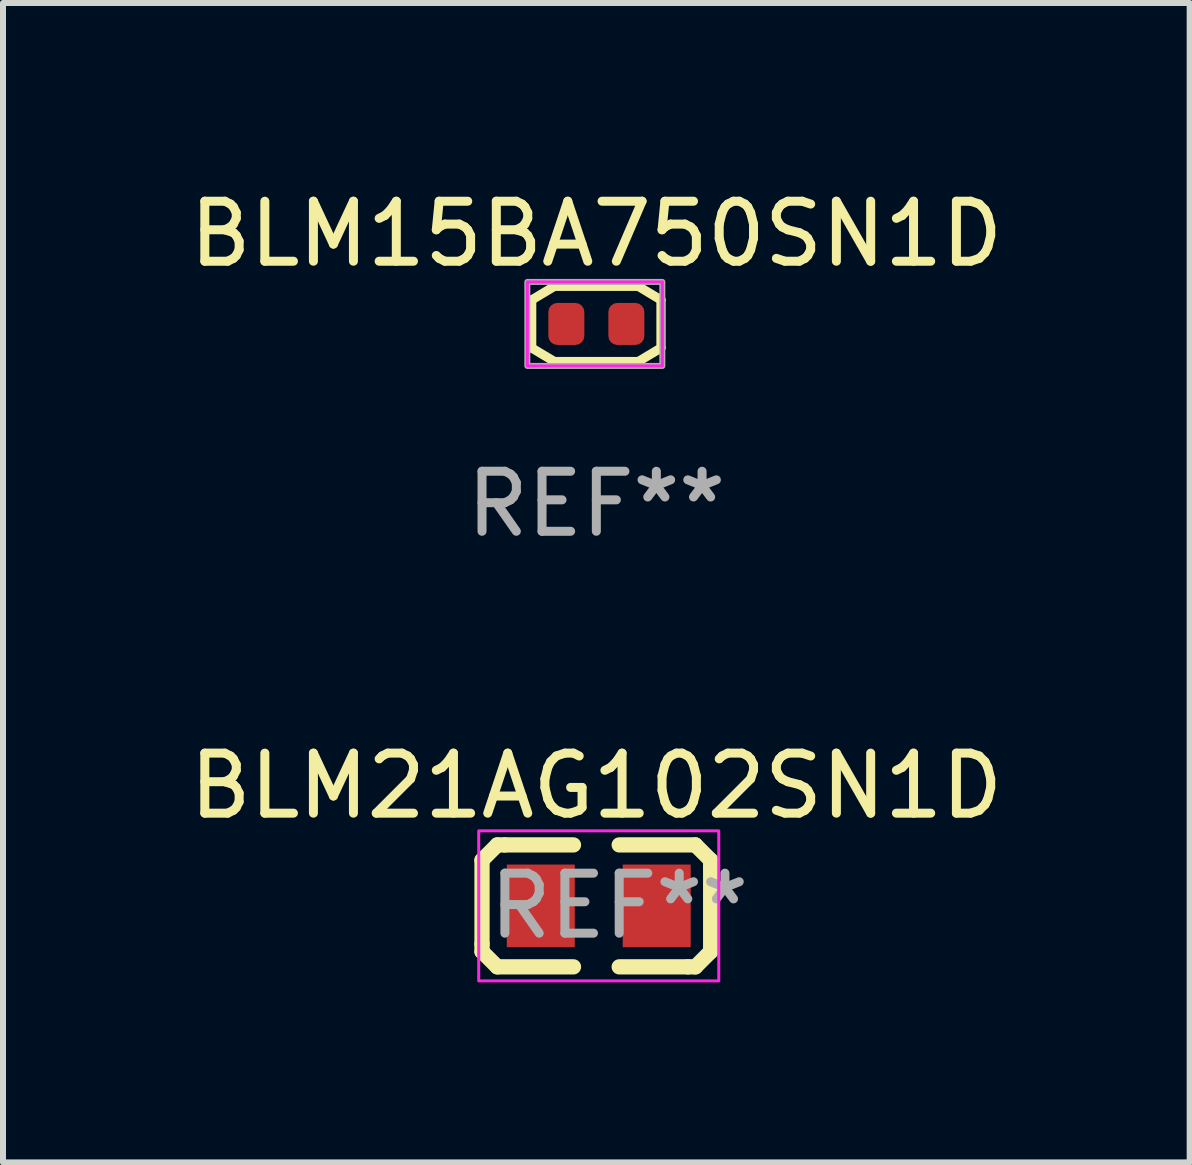
<source format=kicad_pcb>
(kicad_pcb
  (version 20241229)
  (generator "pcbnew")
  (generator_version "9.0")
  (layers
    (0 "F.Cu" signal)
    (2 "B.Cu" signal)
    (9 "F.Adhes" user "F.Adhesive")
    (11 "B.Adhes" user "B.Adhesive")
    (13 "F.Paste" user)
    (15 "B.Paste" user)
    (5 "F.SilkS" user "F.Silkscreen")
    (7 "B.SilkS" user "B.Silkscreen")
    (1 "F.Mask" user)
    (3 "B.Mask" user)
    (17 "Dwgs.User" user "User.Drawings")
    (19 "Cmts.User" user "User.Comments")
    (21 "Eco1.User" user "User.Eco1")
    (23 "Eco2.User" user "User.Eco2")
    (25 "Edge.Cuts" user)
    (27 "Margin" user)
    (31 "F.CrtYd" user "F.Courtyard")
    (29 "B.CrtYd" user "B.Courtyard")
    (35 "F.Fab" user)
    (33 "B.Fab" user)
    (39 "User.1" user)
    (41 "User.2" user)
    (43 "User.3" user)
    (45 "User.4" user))
  (footprint "BLM21AG102SN1D"
    (layer "F.Cu")
    (at 6.927 12.045)
    (property "Reference" "BLM21AG102SN1D" (at -0.04 -2 0) (layer "F.SilkS") (effects (font (size 1 1) (thickness 0.15))))
    (attr smd)
    (fp_line (start -1.945 -0.762) (end -1.945 0.635) (stroke (width 0.254) (type solid)) (layer "F.SilkS"))
    (fp_line (start -1.945 0.635) (end -1.945 0.762) (stroke (width 0.254) (type solid)) (layer "F.SilkS"))
    (fp_line (start -1.945 0.762) (end -1.691 1.016) (stroke (width 0.254) (type solid)) (layer "F.SilkS"))
    (fp_line (start -1.691 -1.016) (end -1.945 -0.762) (stroke (width 0.254) (type solid)) (layer "F.SilkS"))
    (fp_line (start -1.691 1.016) (end -0.421 1.016) (stroke (width 0.254) (type solid)) (layer "F.SilkS"))
    (fp_line (start -1.564 -1.016) (end -1.691 -1.016) (stroke (width 0.254) (type solid)) (layer "F.SilkS"))
    (fp_line (start -0.421 -1.016) (end -1.564 -1.016) (stroke (width 0.254) (type solid)) (layer "F.SilkS"))
    (fp_line (start 0.341 1.016) (end 1.484 1.016) (stroke (width 0.254) (type solid)) (layer "F.SilkS"))
    (fp_line (start 1.484 1.016) (end 1.611 1.016) (stroke (width 0.254) (type solid)) (layer "F.SilkS"))
    (fp_line (start 1.611 -1.016) (end 0.341 -1.016) (stroke (width 0.254) (type solid)) (layer "F.SilkS"))
    (fp_line (start 1.611 1.016) (end 1.865 0.762) (stroke (width 0.254) (type solid)) (layer "F.SilkS"))
    (fp_line (start 1.865 -0.762) (end 1.611 -1.016) (stroke (width 0.254) (type solid)) (layer "F.SilkS"))
    (fp_line (start 1.865 -0.635) (end 1.865 -0.762) (stroke (width 0.254) (type solid)) (layer "F.SilkS"))
    (fp_line (start 1.865 0.762) (end 1.865 -0.635) (stroke (width 0.254) (type solid)) (layer "F.SilkS"))
    (fp_rect (start -2 -1.25) (end 2 1.25) (stroke (width 0.05) (type default)) (fill no) (layer "F.CrtYd"))
    (fp_text user "REF**" (at 0.341 0 0) (layer "F.Fab") (effects (font (size 1 1) (thickness 0.15))))
    (pad "1" smd rect (at -0.966 0) (size 1.133 1.377) (layers "F.Cu" "F.Mask" "F.Paste"))
    (pad "2" smd rect (at 0.966 0) (size 1.133 1.377) (layers "F.Cu" "F.Mask" "F.Paste")))
  (footprint "BLM15BA750SN1D"
    (layer "F.Cu")
    (at 6.887 2.348)
    (property "Reference" "BLM15BA750SN1D" (at 0 -1.5 0) (layer "F.SilkS") (effects (font (size 1 1) (thickness 0.15))))
    (attr smd)
    (fp_line (start -1.077 -0.4) (end -0.7 -0.626) (stroke (width 0.153) (type default)) (layer "F.SilkS"))
    (fp_line (start -1.077 0.4) (end -1.077 -0.4) (stroke (width 0.153) (type default)) (layer "F.SilkS"))
    (fp_line (start -0.7 -0.626) (end 0.7 -0.626) (stroke (width 0.153) (type default)) (layer "F.SilkS"))
    (fp_line (start -0.7 0.626) (end -1.077 0.4) (stroke (width 0.153) (type default)) (layer "F.SilkS"))
    (fp_line (start 0.7 -0.626) (end 1.077 -0.4) (stroke (width 0.153) (type solid)) (layer "F.SilkS"))
    (fp_line (start 0.7 0.626) (end -0.7 0.626) (stroke (width 0.153) (type default)) (layer "F.SilkS"))
    (fp_line (start 1.077 -0.4) (end 1.077 0.4) (stroke (width 0.153) (type default)) (layer "F.SilkS"))
    (fp_line (start 1.077 0.4) (end 0.7 0.626) (stroke (width 0.153) (type default)) (layer "F.SilkS"))
    (fp_rect (start -1.15 -0.7) (end 1.1 0.7) (stroke (width 0.05) (type default)) (fill no) (layer "F.CrtYd"))
    (fp_rect (start -1.15 -0.7) (end 1.1 0.7) (stroke (width 0.1) (type default)) (fill no) (layer "F.Fab"))
    (fp_text user "REF**" (at 0 3 0) (layer "F.Fab") (effects (font (size 1 1) (thickness 0.15))))
    (pad "1" smd roundrect (at -0.5 0) (size 0.6 0.7) (layers "F.Cu" "F.Mask" "F.Paste") (roundrect_rratio 0.25))
    (pad "2" smd roundrect (at 0.5 0) (size 0.6 0.7) (layers "F.Cu" "F.Mask" "F.Paste") (roundrect_rratio 0.25)))
  (gr_rect
    (start -3 -3)
    (end 16.774 16.32)
    (stroke (width 0.1) (type default))
    (fill no)
    (layer "Edge.Cuts")))
</source>
